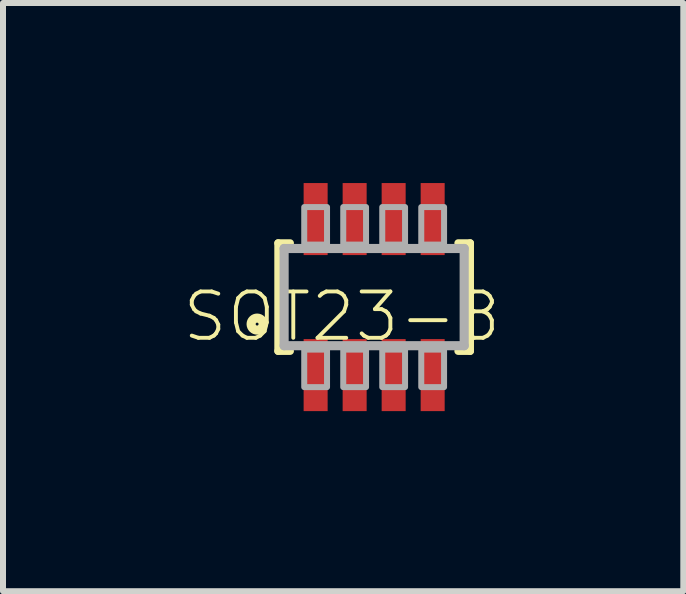
<source format=kicad_pcb>
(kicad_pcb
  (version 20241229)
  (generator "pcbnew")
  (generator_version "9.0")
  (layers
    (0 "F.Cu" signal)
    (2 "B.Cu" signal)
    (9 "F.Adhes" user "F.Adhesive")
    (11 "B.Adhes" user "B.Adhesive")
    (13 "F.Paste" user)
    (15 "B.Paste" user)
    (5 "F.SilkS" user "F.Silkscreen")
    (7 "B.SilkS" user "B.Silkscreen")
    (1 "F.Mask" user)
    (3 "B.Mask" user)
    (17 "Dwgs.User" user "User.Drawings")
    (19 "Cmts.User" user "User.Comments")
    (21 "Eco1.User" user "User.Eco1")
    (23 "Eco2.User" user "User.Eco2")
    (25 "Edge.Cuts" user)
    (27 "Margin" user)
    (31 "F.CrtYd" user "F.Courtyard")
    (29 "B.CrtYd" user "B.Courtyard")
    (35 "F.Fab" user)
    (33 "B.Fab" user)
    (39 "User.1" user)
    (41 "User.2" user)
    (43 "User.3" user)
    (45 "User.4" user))
  (footprint "SOT23-8"
    (layer "F.Cu")
    (at 3.184 1.9)
    (property "Reference" "SOT23-8" (at 2.151 -0.127 0) (layer "F.SilkS") (effects (font (size 0.772 0.772) (thickness 0.065)) (justify right top)))
    (attr through_hole)
    (fp_line (start -1.6 -0.9) (end -1.6 0.9) (stroke (width 0.127) (type solid)) (layer "F.SilkS"))
    (fp_line (start -1.6 0.9) (end -1.4 0.9) (stroke (width 0.127) (type solid)) (layer "F.SilkS"))
    (fp_line (start -1.4 -0.9) (end -1.6 -0.9) (stroke (width 0.127) (type solid)) (layer "F.SilkS"))
    (fp_line (start 1.4 -0.9) (end 1.6 -0.9) (stroke (width 0.127) (type solid)) (layer "F.SilkS"))
    (fp_line (start 1.6 -0.9) (end 1.6 0.9) (stroke (width 0.127) (type solid)) (layer "F.SilkS"))
    (fp_line (start 1.6 0.9) (end 1.4 0.9) (stroke (width 0.127) (type solid)) (layer "F.SilkS"))
    (fp_circle (center -1.95 0.45) (end -1.85 0.45) (stroke (width 0.152) (type solid)) (fill no) (layer "F.SilkS"))
    (fp_line (start -1.5 -0.81) (end 1.5 -0.81) (stroke (width 0.152) (type solid)) (layer "F.Fab"))
    (fp_line (start -1.5 0.81) (end -1.5 -0.81) (stroke (width 0.152) (type solid)) (layer "F.Fab"))
    (fp_line (start 1.5 -0.81) (end 1.5 0.81) (stroke (width 0.152) (type solid)) (layer "F.Fab"))
    (fp_line (start 1.5 0.81) (end -1.5 0.81) (stroke (width 0.152) (type solid)) (layer "F.Fab"))
    (fp_poly (pts (xy -1.165 -0.875) (xy -0.785 -0.875) (xy -0.785 -1.5) (xy -1.165 -1.5)) (stroke (width 0.1) (type solid)) (fill no) (layer "F.Fab"))
    (fp_poly (pts (xy -1.165 1.5) (xy -0.785 1.5) (xy -0.785 0.875) (xy -1.165 0.875)) (stroke (width 0.1) (type solid)) (fill no) (layer "F.Fab"))
    (fp_poly (pts (xy -0.515 -0.875) (xy -0.135 -0.875) (xy -0.135 -1.5) (xy -0.515 -1.5)) (stroke (width 0.1) (type solid)) (fill no) (layer "F.Fab"))
    (fp_poly (pts (xy -0.515 1.5) (xy -0.135 1.5) (xy -0.135 0.875) (xy -0.515 0.875)) (stroke (width 0.1) (type solid)) (fill no) (layer "F.Fab"))
    (fp_poly (pts (xy 0.135 -0.875) (xy 0.515 -0.875) (xy 0.515 -1.5) (xy 0.135 -1.5)) (stroke (width 0.1) (type solid)) (fill no) (layer "F.Fab"))
    (fp_poly (pts (xy 0.135 1.5) (xy 0.515 1.5) (xy 0.515 0.875) (xy 0.135 0.875)) (stroke (width 0.1) (type solid)) (fill no) (layer "F.Fab"))
    (fp_poly (pts (xy 0.785 -0.875) (xy 1.165 -0.875) (xy 1.165 -1.5) (xy 0.785 -1.5)) (stroke (width 0.1) (type solid)) (fill no) (layer "F.Fab"))
    (fp_poly (pts (xy 0.785 1.5) (xy 1.165 1.5) (xy 1.165 0.875) (xy 0.785 0.875)) (stroke (width 0.1) (type solid)) (fill no) (layer "F.Fab"))
    (pad "1" smd rect (at -0.975 1.3) (size 0.4 1.2) (layers "F.Cu" "F.Mask" "F.Paste"))
    (pad "2" smd rect (at -0.325 1.3) (size 0.4 1.2) (layers "F.Cu" "F.Mask" "F.Paste"))
    (pad "3" smd rect (at 0.325 1.3) (size 0.4 1.2) (layers "F.Cu" "F.Mask" "F.Paste"))
    (pad "4" smd rect (at 0.975 1.3) (size 0.4 1.2) (layers "F.Cu" "F.Mask" "F.Paste"))
    (pad "5" smd rect (at 0.975 -1.3) (size 0.4 1.2) (layers "F.Cu" "F.Mask" "F.Paste"))
    (pad "6" smd rect (at 0.325 -1.3) (size 0.4 1.2) (layers "F.Cu" "F.Mask" "F.Paste"))
    (pad "7" smd rect (at -0.325 -1.3) (size 0.4 1.2) (layers "F.Cu" "F.Mask" "F.Paste"))
    (pad "8" smd rect (at -0.975 -1.3) (size 0.4 1.2) (layers "F.Cu" "F.Mask" "F.Paste")))
  (gr_rect
    (start -3 -3)
    (end 8.335 6.8)
    (stroke (width 0.1) (type default))
    (fill no)
    (layer "Edge.Cuts")))
</source>
